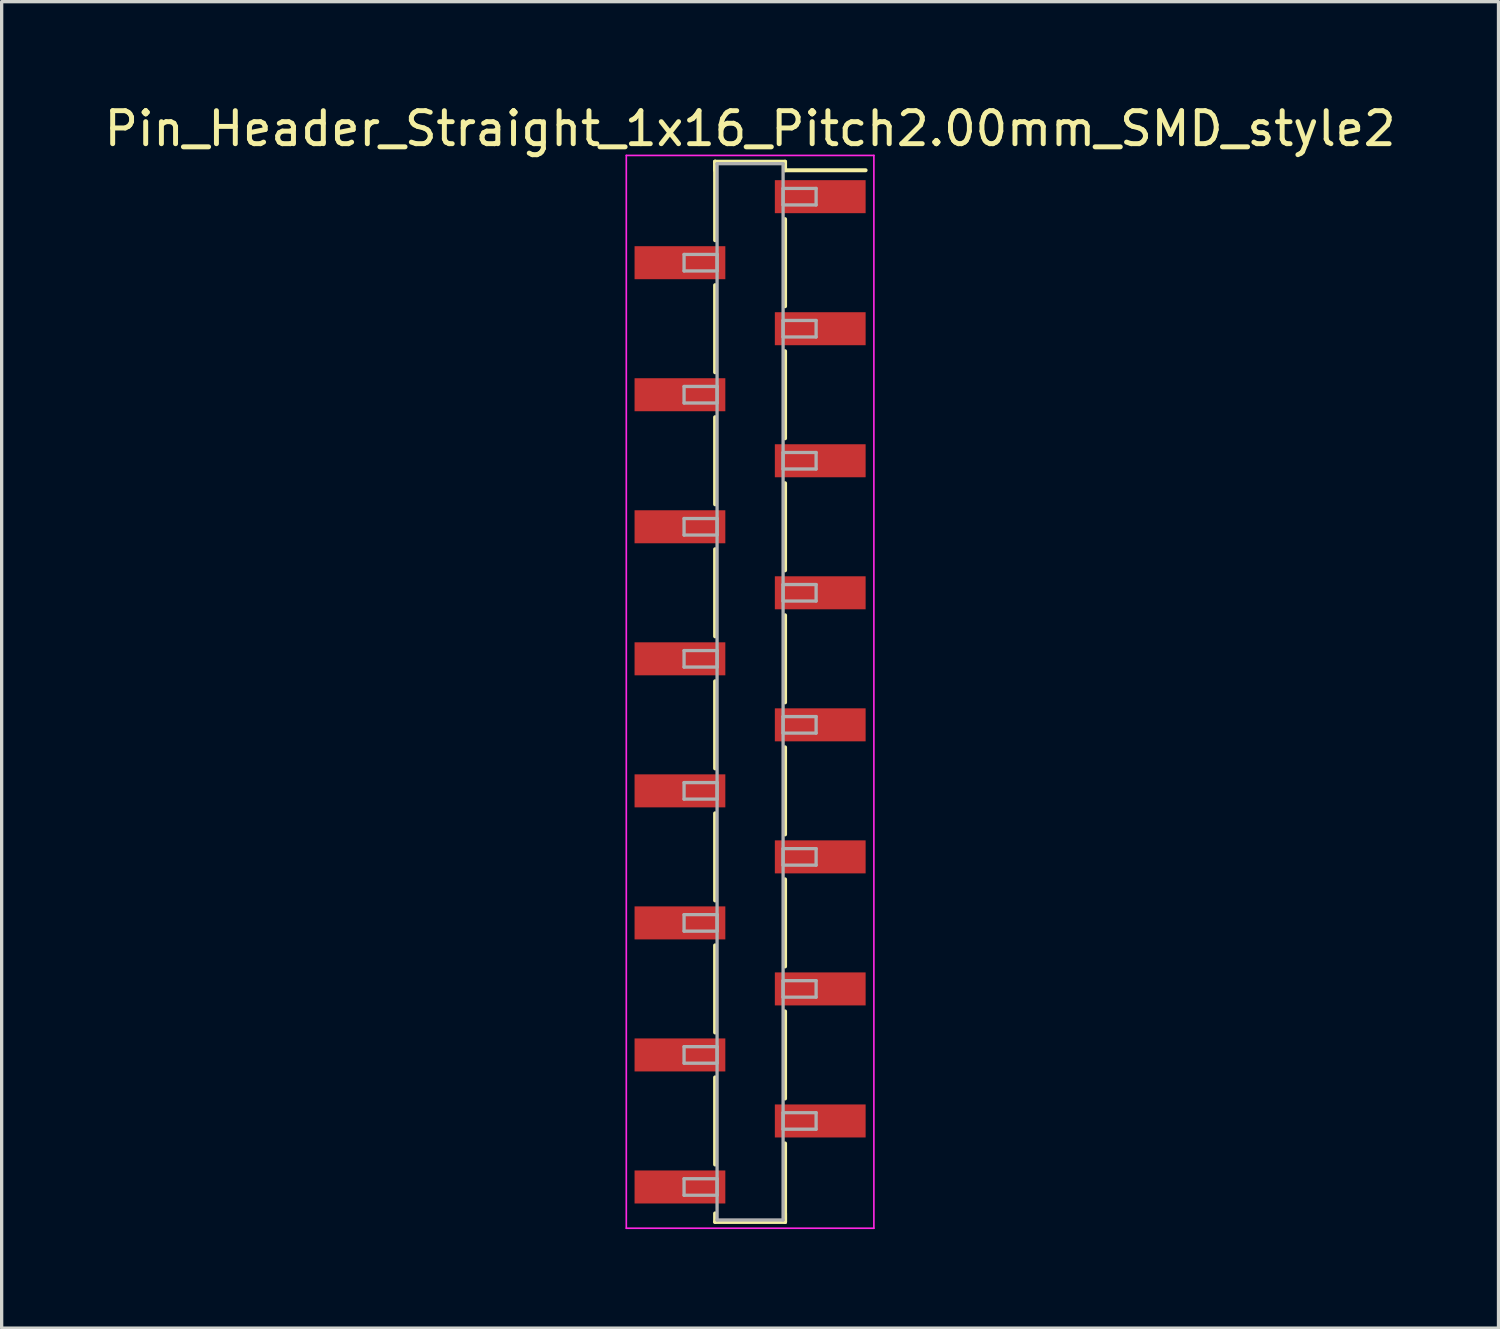
<source format=kicad_pcb>
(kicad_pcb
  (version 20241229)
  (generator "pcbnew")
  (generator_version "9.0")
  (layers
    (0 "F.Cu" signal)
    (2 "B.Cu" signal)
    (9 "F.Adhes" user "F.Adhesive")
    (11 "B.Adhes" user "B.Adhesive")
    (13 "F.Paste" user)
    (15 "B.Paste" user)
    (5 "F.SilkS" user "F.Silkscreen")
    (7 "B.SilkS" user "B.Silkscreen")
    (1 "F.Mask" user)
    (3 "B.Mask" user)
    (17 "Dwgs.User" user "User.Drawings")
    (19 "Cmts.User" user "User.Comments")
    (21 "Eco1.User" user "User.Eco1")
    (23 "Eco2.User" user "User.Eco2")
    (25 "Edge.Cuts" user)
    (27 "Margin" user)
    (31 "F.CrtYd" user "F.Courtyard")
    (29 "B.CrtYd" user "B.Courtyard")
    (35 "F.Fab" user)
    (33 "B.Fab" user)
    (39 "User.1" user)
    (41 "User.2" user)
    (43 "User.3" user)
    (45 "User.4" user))
  (footprint "Pin_Header_Straight_1x16_Pitch2.00mm_SMD_style2"
    (layer "F.Cu")
    (at 19.673 17.908)
    (property "Reference" "Pin_Header_Straight_1x16_Pitch2.00mm_SMD_style2" (at 0 -17.06 0) (layer "F.SilkS") (effects (font (size 1 1) (thickness 0.15))))
    (attr smd)
    (fp_line (start -1.06 -16.06) (end -1.06 -13.68) (stroke (width 0.12) (type solid)) (layer "F.SilkS"))
    (fp_line (start -1.06 -16.06) (end 1.06 -16.06) (stroke (width 0.12) (type solid)) (layer "F.SilkS"))
    (fp_line (start -1.06 -15.8) (end -1.06 -16.06) (stroke (width 0.12) (type solid)) (layer "F.SilkS"))
    (fp_line (start -1.06 -12.32) (end -1.06 -9.68) (stroke (width 0.12) (type solid)) (layer "F.SilkS"))
    (fp_line (start -1.06 -8.32) (end -1.06 -5.68) (stroke (width 0.12) (type solid)) (layer "F.SilkS"))
    (fp_line (start -1.06 -4.32) (end -1.06 -1.68) (stroke (width 0.12) (type solid)) (layer "F.SilkS"))
    (fp_line (start -1.06 -0.32) (end -1.06 2.32) (stroke (width 0.12) (type solid)) (layer "F.SilkS"))
    (fp_line (start -1.06 3.68) (end -1.06 6.32) (stroke (width 0.12) (type solid)) (layer "F.SilkS"))
    (fp_line (start -1.06 7.68) (end -1.06 10.32) (stroke (width 0.12) (type solid)) (layer "F.SilkS"))
    (fp_line (start -1.06 11.68) (end -1.06 14.32) (stroke (width 0.12) (type solid)) (layer "F.SilkS"))
    (fp_line (start -1.06 15.8) (end -1.06 16.06) (stroke (width 0.12) (type solid)) (layer "F.SilkS"))
    (fp_line (start -1.06 16.06) (end 1.06 16.06) (stroke (width 0.12) (type solid)) (layer "F.SilkS"))
    (fp_line (start 1.06 -16.06) (end 1.06 -15.8) (stroke (width 0.12) (type solid)) (layer "F.SilkS"))
    (fp_line (start 1.06 -15.8) (end 3.5 -15.8) (stroke (width 0.12) (type solid)) (layer "F.SilkS"))
    (fp_line (start 1.06 -14.32) (end 1.06 -11.68) (stroke (width 0.12) (type solid)) (layer "F.SilkS"))
    (fp_line (start 1.06 -10.32) (end 1.06 -7.68) (stroke (width 0.12) (type solid)) (layer "F.SilkS"))
    (fp_line (start 1.06 -6.32) (end 1.06 -3.68) (stroke (width 0.12) (type solid)) (layer "F.SilkS"))
    (fp_line (start 1.06 -2.32) (end 1.06 0.32) (stroke (width 0.12) (type solid)) (layer "F.SilkS"))
    (fp_line (start 1.06 1.68) (end 1.06 4.32) (stroke (width 0.12) (type solid)) (layer "F.SilkS"))
    (fp_line (start 1.06 5.68) (end 1.06 8.32) (stroke (width 0.12) (type solid)) (layer "F.SilkS"))
    (fp_line (start 1.06 9.68) (end 1.06 12.32) (stroke (width 0.12) (type solid)) (layer "F.SilkS"))
    (fp_line (start 1.06 13.68) (end 1.06 16.06) (stroke (width 0.12) (type solid)) (layer "F.SilkS"))
    (fp_line (start 1.06 16.06) (end 1.06 15.8) (stroke (width 0.12) (type solid)) (layer "F.SilkS"))
    (fp_line (start -3.75 -16.25) (end -3.75 16.25) (stroke (width 0.05) (type solid)) (layer "F.CrtYd"))
    (fp_line (start -3.75 16.25) (end 3.75 16.25) (stroke (width 0.05) (type solid)) (layer "F.CrtYd"))
    (fp_line (start 3.75 -16.25) (end -3.75 -16.25) (stroke (width 0.05) (type solid)) (layer "F.CrtYd"))
    (fp_line (start 3.75 16.25) (end 3.75 -16.25) (stroke (width 0.05) (type solid)) (layer "F.CrtYd"))
    (fp_line (start -2 -13.25) (end -1 -13.25) (stroke (width 0.1) (type solid)) (layer "F.Fab"))
    (fp_line (start -2 -12.75) (end -2 -13.25) (stroke (width 0.1) (type solid)) (layer "F.Fab"))
    (fp_line (start -2 -9.25) (end -1 -9.25) (stroke (width 0.1) (type solid)) (layer "F.Fab"))
    (fp_line (start -2 -8.75) (end -2 -9.25) (stroke (width 0.1) (type solid)) (layer "F.Fab"))
    (fp_line (start -2 -5.25) (end -1 -5.25) (stroke (width 0.1) (type solid)) (layer "F.Fab"))
    (fp_line (start -2 -4.75) (end -2 -5.25) (stroke (width 0.1) (type solid)) (layer "F.Fab"))
    (fp_line (start -2 -1.25) (end -1 -1.25) (stroke (width 0.1) (type solid)) (layer "F.Fab"))
    (fp_line (start -2 -0.75) (end -2 -1.25) (stroke (width 0.1) (type solid)) (layer "F.Fab"))
    (fp_line (start -2 2.75) (end -1 2.75) (stroke (width 0.1) (type solid)) (layer "F.Fab"))
    (fp_line (start -2 3.25) (end -2 2.75) (stroke (width 0.1) (type solid)) (layer "F.Fab"))
    (fp_line (start -2 6.75) (end -1 6.75) (stroke (width 0.1) (type solid)) (layer "F.Fab"))
    (fp_line (start -2 7.25) (end -2 6.75) (stroke (width 0.1) (type solid)) (layer "F.Fab"))
    (fp_line (start -2 10.75) (end -1 10.75) (stroke (width 0.1) (type solid)) (layer "F.Fab"))
    (fp_line (start -2 11.25) (end -2 10.75) (stroke (width 0.1) (type solid)) (layer "F.Fab"))
    (fp_line (start -2 14.75) (end -1 14.75) (stroke (width 0.1) (type solid)) (layer "F.Fab"))
    (fp_line (start -2 15.25) (end -2 14.75) (stroke (width 0.1) (type solid)) (layer "F.Fab"))
    (fp_line (start -1 -16) (end -1 16) (stroke (width 0.1) (type solid)) (layer "F.Fab"))
    (fp_line (start -1 -13.25) (end -1 -12.75) (stroke (width 0.1) (type solid)) (layer "F.Fab"))
    (fp_line (start -1 -12.75) (end -2 -12.75) (stroke (width 0.1) (type solid)) (layer "F.Fab"))
    (fp_line (start -1 -9.25) (end -1 -8.75) (stroke (width 0.1) (type solid)) (layer "F.Fab"))
    (fp_line (start -1 -8.75) (end -2 -8.75) (stroke (width 0.1) (type solid)) (layer "F.Fab"))
    (fp_line (start -1 -5.25) (end -1 -4.75) (stroke (width 0.1) (type solid)) (layer "F.Fab"))
    (fp_line (start -1 -4.75) (end -2 -4.75) (stroke (width 0.1) (type solid)) (layer "F.Fab"))
    (fp_line (start -1 -1.25) (end -1 -0.75) (stroke (width 0.1) (type solid)) (layer "F.Fab"))
    (fp_line (start -1 -0.75) (end -2 -0.75) (stroke (width 0.1) (type solid)) (layer "F.Fab"))
    (fp_line (start -1 2.75) (end -1 3.25) (stroke (width 0.1) (type solid)) (layer "F.Fab"))
    (fp_line (start -1 3.25) (end -2 3.25) (stroke (width 0.1) (type solid)) (layer "F.Fab"))
    (fp_line (start -1 6.75) (end -1 7.25) (stroke (width 0.1) (type solid)) (layer "F.Fab"))
    (fp_line (start -1 7.25) (end -2 7.25) (stroke (width 0.1) (type solid)) (layer "F.Fab"))
    (fp_line (start -1 10.75) (end -1 11.25) (stroke (width 0.1) (type solid)) (layer "F.Fab"))
    (fp_line (start -1 11.25) (end -2 11.25) (stroke (width 0.1) (type solid)) (layer "F.Fab"))
    (fp_line (start -1 14.75) (end -1 15.25) (stroke (width 0.1) (type solid)) (layer "F.Fab"))
    (fp_line (start -1 15.25) (end -2 15.25) (stroke (width 0.1) (type solid)) (layer "F.Fab"))
    (fp_line (start -1 16) (end 1 16) (stroke (width 0.1) (type solid)) (layer "F.Fab"))
    (fp_line (start 1 -16) (end -1 -16) (stroke (width 0.1) (type solid)) (layer "F.Fab"))
    (fp_line (start 1 -15.25) (end 1 -14.75) (stroke (width 0.1) (type solid)) (layer "F.Fab"))
    (fp_line (start 1 -14.75) (end 2 -14.75) (stroke (width 0.1) (type solid)) (layer "F.Fab"))
    (fp_line (start 1 -11.25) (end 1 -10.75) (stroke (width 0.1) (type solid)) (layer "F.Fab"))
    (fp_line (start 1 -10.75) (end 2 -10.75) (stroke (width 0.1) (type solid)) (layer "F.Fab"))
    (fp_line (start 1 -7.25) (end 1 -6.75) (stroke (width 0.1) (type solid)) (layer "F.Fab"))
    (fp_line (start 1 -6.75) (end 2 -6.75) (stroke (width 0.1) (type solid)) (layer "F.Fab"))
    (fp_line (start 1 -3.25) (end 1 -2.75) (stroke (width 0.1) (type solid)) (layer "F.Fab"))
    (fp_line (start 1 -2.75) (end 2 -2.75) (stroke (width 0.1) (type solid)) (layer "F.Fab"))
    (fp_line (start 1 0.75) (end 1 1.25) (stroke (width 0.1) (type solid)) (layer "F.Fab"))
    (fp_line (start 1 1.25) (end 2 1.25) (stroke (width 0.1) (type solid)) (layer "F.Fab"))
    (fp_line (start 1 4.75) (end 1 5.25) (stroke (width 0.1) (type solid)) (layer "F.Fab"))
    (fp_line (start 1 5.25) (end 2 5.25) (stroke (width 0.1) (type solid)) (layer "F.Fab"))
    (fp_line (start 1 8.75) (end 1 9.25) (stroke (width 0.1) (type solid)) (layer "F.Fab"))
    (fp_line (start 1 9.25) (end 2 9.25) (stroke (width 0.1) (type solid)) (layer "F.Fab"))
    (fp_line (start 1 12.75) (end 1 13.25) (stroke (width 0.1) (type solid)) (layer "F.Fab"))
    (fp_line (start 1 13.25) (end 2 13.25) (stroke (width 0.1) (type solid)) (layer "F.Fab"))
    (fp_line (start 1 16) (end 1 -16) (stroke (width 0.1) (type solid)) (layer "F.Fab"))
    (fp_line (start 2 -15.25) (end 1 -15.25) (stroke (width 0.1) (type solid)) (layer "F.Fab"))
    (fp_line (start 2 -14.75) (end 2 -15.25) (stroke (width 0.1) (type solid)) (layer "F.Fab"))
    (fp_line (start 2 -11.25) (end 1 -11.25) (stroke (width 0.1) (type solid)) (layer "F.Fab"))
    (fp_line (start 2 -10.75) (end 2 -11.25) (stroke (width 0.1) (type solid)) (layer "F.Fab"))
    (fp_line (start 2 -7.25) (end 1 -7.25) (stroke (width 0.1) (type solid)) (layer "F.Fab"))
    (fp_line (start 2 -6.75) (end 2 -7.25) (stroke (width 0.1) (type solid)) (layer "F.Fab"))
    (fp_line (start 2 -3.25) (end 1 -3.25) (stroke (width 0.1) (type solid)) (layer "F.Fab"))
    (fp_line (start 2 -2.75) (end 2 -3.25) (stroke (width 0.1) (type solid)) (layer "F.Fab"))
    (fp_line (start 2 0.75) (end 1 0.75) (stroke (width 0.1) (type solid)) (layer "F.Fab"))
    (fp_line (start 2 1.25) (end 2 0.75) (stroke (width 0.1) (type solid)) (layer "F.Fab"))
    (fp_line (start 2 4.75) (end 1 4.75) (stroke (width 0.1) (type solid)) (layer "F.Fab"))
    (fp_line (start 2 5.25) (end 2 4.75) (stroke (width 0.1) (type solid)) (layer "F.Fab"))
    (fp_line (start 2 8.75) (end 1 8.75) (stroke (width 0.1) (type solid)) (layer "F.Fab"))
    (fp_line (start 2 9.25) (end 2 8.75) (stroke (width 0.1) (type solid)) (layer "F.Fab"))
    (fp_line (start 2 12.75) (end 1 12.75) (stroke (width 0.1) (type solid)) (layer "F.Fab"))
    (fp_line (start 2 13.25) (end 2 12.75) (stroke (width 0.1) (type solid)) (layer "F.Fab"))
    (pad "1" smd rect (at 2.125 -15) (size 2.75 1) (layers "F.Cu" "F.Mask"))
    (pad "2" smd rect (at -2.125 -13) (size 2.75 1) (layers "F.Cu" "F.Mask"))
    (pad "3" smd rect (at 2.125 -11) (size 2.75 1) (layers "F.Cu" "F.Mask"))
    (pad "4" smd rect (at -2.125 -9) (size 2.75 1) (layers "F.Cu" "F.Mask"))
    (pad "5" smd rect (at 2.125 -7) (size 2.75 1) (layers "F.Cu" "F.Mask"))
    (pad "6" smd rect (at -2.125 -5) (size 2.75 1) (layers "F.Cu" "F.Mask"))
    (pad "7" smd rect (at 2.125 -3) (size 2.75 1) (layers "F.Cu" "F.Mask"))
    (pad "8" smd rect (at -2.125 -1) (size 2.75 1) (layers "F.Cu" "F.Mask"))
    (pad "9" smd rect (at 2.125 1) (size 2.75 1) (layers "F.Cu" "F.Mask"))
    (pad "10" smd rect (at -2.125 3) (size 2.75 1) (layers "F.Cu" "F.Mask"))
    (pad "11" smd rect (at 2.125 5) (size 2.75 1) (layers "F.Cu" "F.Mask"))
    (pad "12" smd rect (at -2.125 7) (size 2.75 1) (layers "F.Cu" "F.Mask"))
    (pad "13" smd rect (at 2.125 9) (size 2.75 1) (layers "F.Cu" "F.Mask"))
    (pad "14" smd rect (at -2.125 11) (size 2.75 1) (layers "F.Cu" "F.Mask"))
    (pad "15" smd rect (at 2.125 13) (size 2.75 1) (layers "F.Cu" "F.Mask"))
    (pad "16" smd rect (at -2.125 15) (size 2.75 1) (layers "F.Cu" "F.Mask")))
  (gr_rect
    (start -3 -3)
    (end 42.345 37.183)
    (stroke (width 0.1) (type default))
    (fill no)
    (layer "Edge.Cuts")))
</source>
